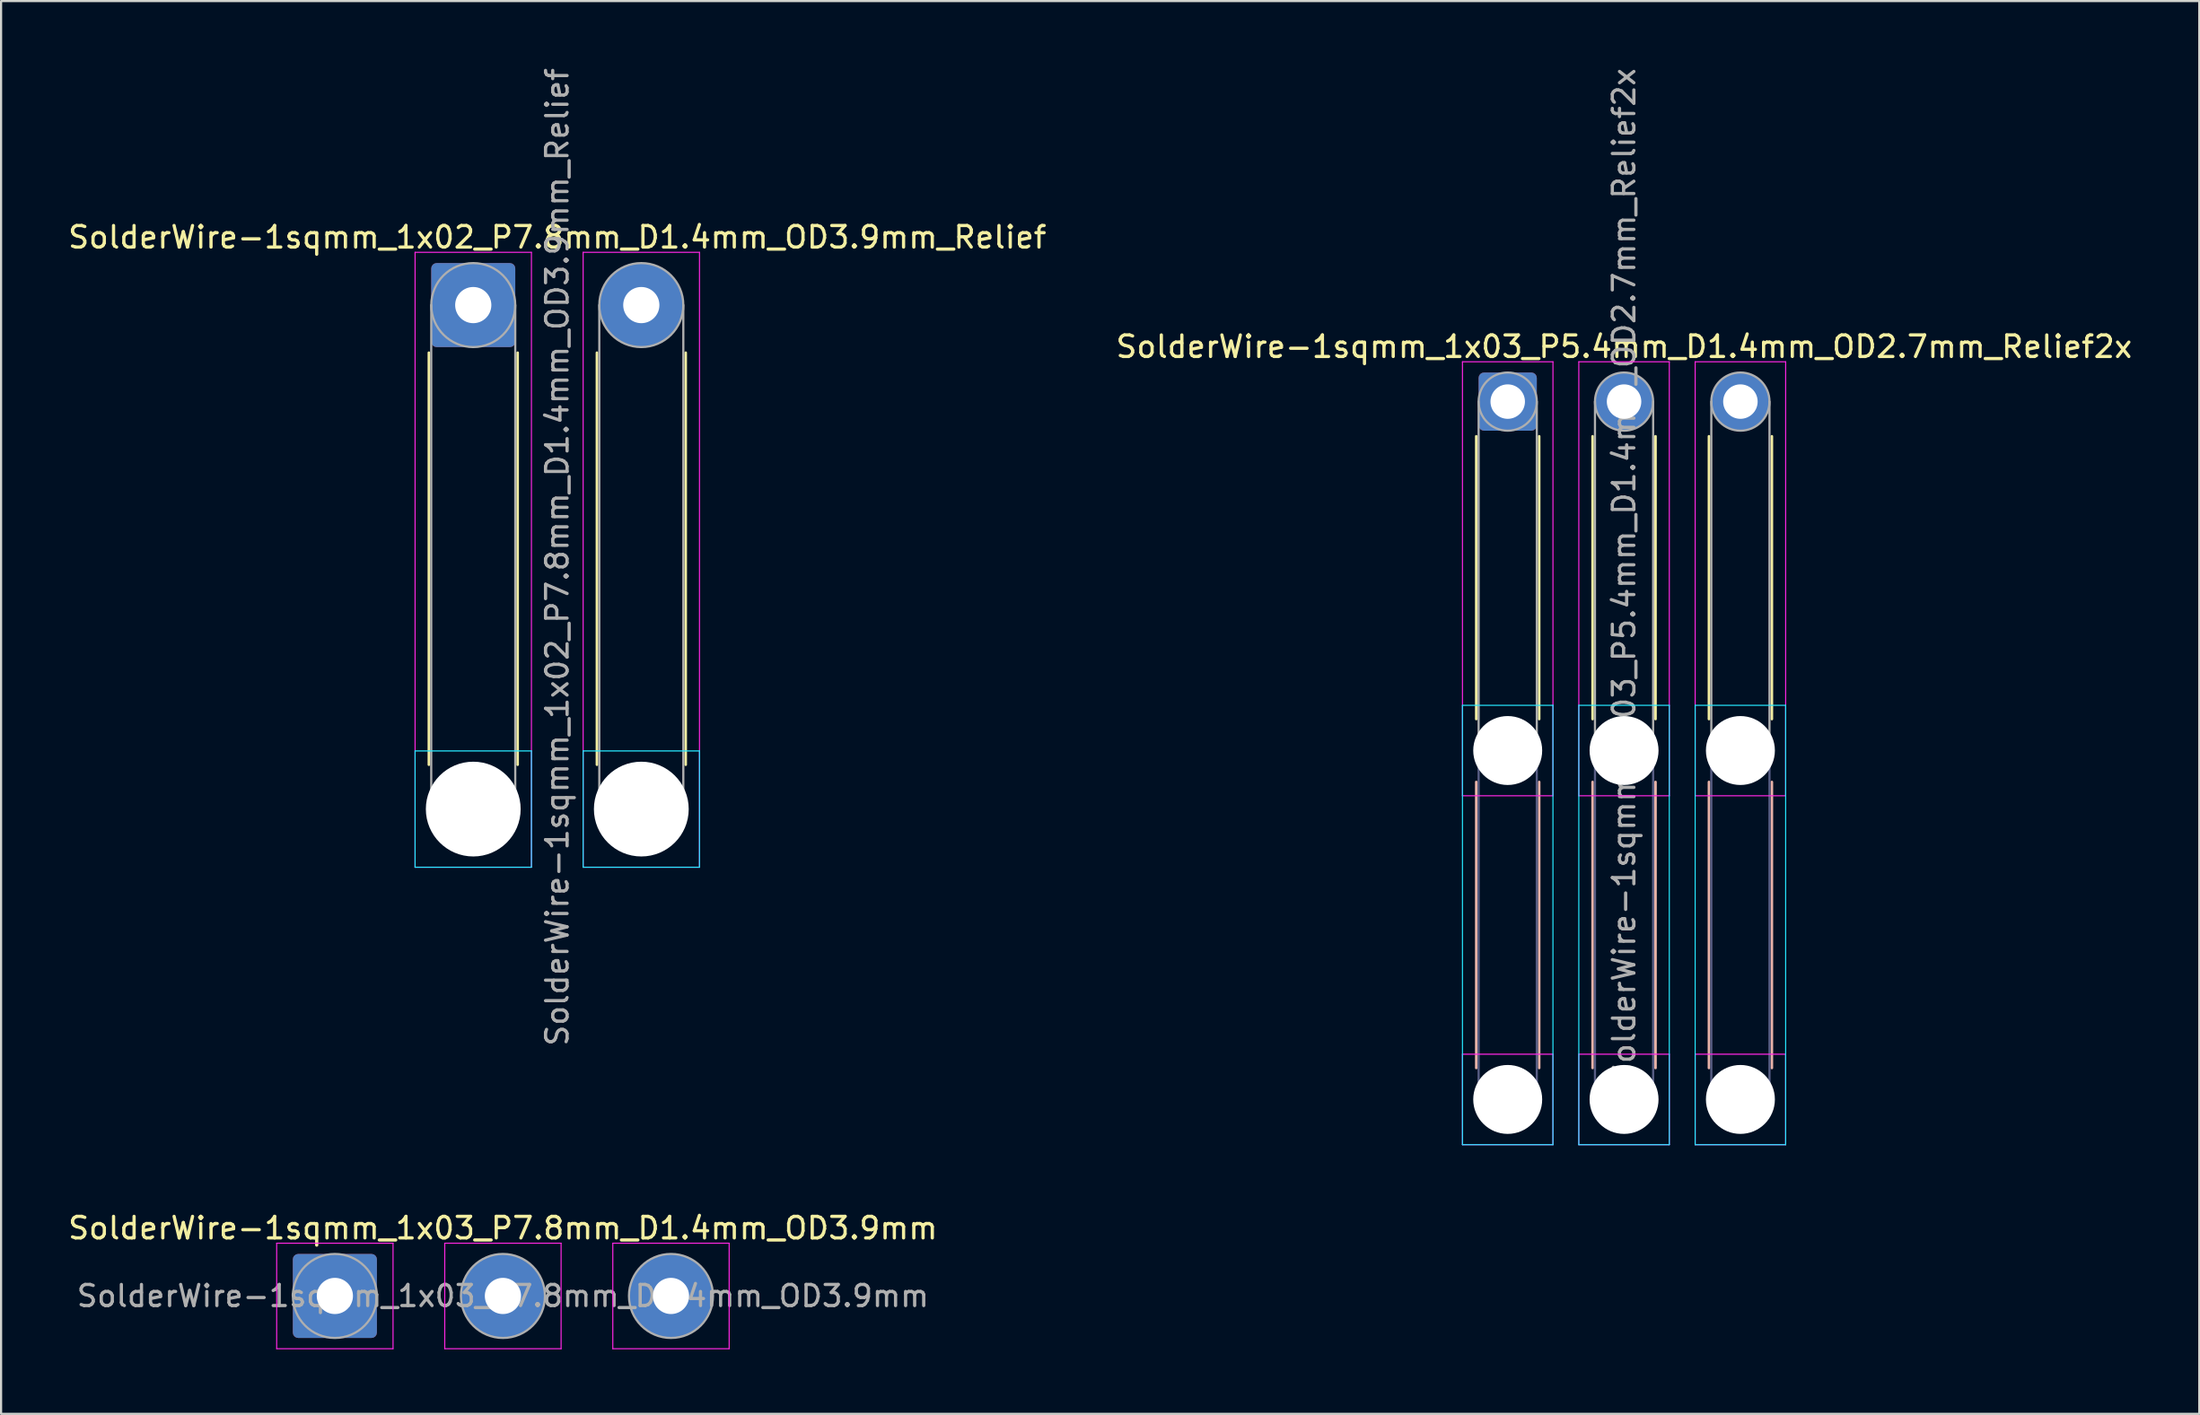
<source format=kicad_pcb>
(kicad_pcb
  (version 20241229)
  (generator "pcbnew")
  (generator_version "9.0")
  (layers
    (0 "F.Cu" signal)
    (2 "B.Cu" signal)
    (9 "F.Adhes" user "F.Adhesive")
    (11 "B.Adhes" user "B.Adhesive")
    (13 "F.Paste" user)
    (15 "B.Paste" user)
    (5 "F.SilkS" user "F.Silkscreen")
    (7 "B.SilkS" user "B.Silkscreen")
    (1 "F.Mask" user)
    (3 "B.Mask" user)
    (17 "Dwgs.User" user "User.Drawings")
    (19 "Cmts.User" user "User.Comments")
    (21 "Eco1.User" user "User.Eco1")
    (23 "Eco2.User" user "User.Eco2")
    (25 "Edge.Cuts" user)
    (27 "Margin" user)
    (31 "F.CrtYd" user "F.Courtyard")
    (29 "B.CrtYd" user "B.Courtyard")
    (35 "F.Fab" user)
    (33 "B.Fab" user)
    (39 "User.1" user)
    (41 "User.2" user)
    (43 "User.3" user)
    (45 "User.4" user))
  (footprint "SolderWire-1sqmm_1x03_P5.4mm_D1.4mm_OD2.7mm_Relief2x"
    (layer "F.Cu")
    (at 66.927 15.596)
    (property "Reference" "SolderWire-1sqmm_1x03_P5.4mm_D1.4mm_OD2.7mm_Relief2x" (at 5.4 -2.55 0) (layer "F.SilkS") (effects (font (size 1 1) (thickness 0.15))))
    (attr exclude_from_pos_files exclude_from_bom)
    (fp_line (start -1.46 1.61) (end -1.46 14.74) (stroke (width 0.12) (type solid)) (layer "F.SilkS"))
    (fp_line (start 1.46 1.61) (end 1.46 14.74) (stroke (width 0.12) (type solid)) (layer "F.SilkS"))
    (fp_line (start 3.94 1.61) (end 3.94 14.74) (stroke (width 0.12) (type solid)) (layer "F.SilkS"))
    (fp_line (start 6.86 1.61) (end 6.86 14.74) (stroke (width 0.12) (type solid)) (layer "F.SilkS"))
    (fp_line (start 9.34 1.61) (end 9.34 14.74) (stroke (width 0.12) (type solid)) (layer "F.SilkS"))
    (fp_line (start 12.26 1.61) (end 12.26 14.74) (stroke (width 0.12) (type solid)) (layer "F.SilkS"))
    (fp_line (start -1.46 17.66) (end -1.46 30.94) (stroke (width 0.12) (type solid)) (layer "B.SilkS"))
    (fp_line (start 1.46 17.66) (end 1.46 30.94) (stroke (width 0.12) (type solid)) (layer "B.SilkS"))
    (fp_line (start 3.94 17.66) (end 3.94 30.94) (stroke (width 0.12) (type solid)) (layer "B.SilkS"))
    (fp_line (start 6.86 17.66) (end 6.86 30.94) (stroke (width 0.12) (type solid)) (layer "B.SilkS"))
    (fp_line (start 9.34 17.66) (end 9.34 30.94) (stroke (width 0.12) (type solid)) (layer "B.SilkS"))
    (fp_line (start 12.26 17.66) (end 12.26 30.94) (stroke (width 0.12) (type solid)) (layer "B.SilkS"))
    (fp_line (start -2.1 14.1) (end -2.1 34.5) (stroke (width 0.05) (type solid)) (layer "B.CrtYd"))
    (fp_line (start -2.1 34.5) (end 2.1 34.5) (stroke (width 0.05) (type solid)) (layer "B.CrtYd"))
    (fp_line (start 2.1 14.1) (end -2.1 14.1) (stroke (width 0.05) (type solid)) (layer "B.CrtYd"))
    (fp_line (start 2.1 34.5) (end 2.1 14.1) (stroke (width 0.05) (type solid)) (layer "B.CrtYd"))
    (fp_line (start 3.3 14.1) (end 3.3 34.5) (stroke (width 0.05) (type solid)) (layer "B.CrtYd"))
    (fp_line (start 3.3 34.5) (end 7.5 34.5) (stroke (width 0.05) (type solid)) (layer "B.CrtYd"))
    (fp_line (start 7.5 14.1) (end 3.3 14.1) (stroke (width 0.05) (type solid)) (layer "B.CrtYd"))
    (fp_line (start 7.5 34.5) (end 7.5 14.1) (stroke (width 0.05) (type solid)) (layer "B.CrtYd"))
    (fp_line (start 8.7 14.1) (end 8.7 34.5) (stroke (width 0.05) (type solid)) (layer "B.CrtYd"))
    (fp_line (start 8.7 34.5) (end 12.9 34.5) (stroke (width 0.05) (type solid)) (layer "B.CrtYd"))
    (fp_line (start 12.9 14.1) (end 8.7 14.1) (stroke (width 0.05) (type solid)) (layer "B.CrtYd"))
    (fp_line (start 12.9 34.5) (end 12.9 14.1) (stroke (width 0.05) (type solid)) (layer "B.CrtYd"))
    (fp_line (start -2.1 -1.85) (end -2.1 18.3) (stroke (width 0.05) (type solid)) (layer "F.CrtYd"))
    (fp_line (start -2.1 18.3) (end 2.1 18.3) (stroke (width 0.05) (type solid)) (layer "F.CrtYd"))
    (fp_line (start -2.1 30.3) (end -2.1 34.5) (stroke (width 0.05) (type solid)) (layer "F.CrtYd"))
    (fp_line (start -2.1 34.5) (end 2.1 34.5) (stroke (width 0.05) (type solid)) (layer "F.CrtYd"))
    (fp_line (start 2.1 -1.85) (end -2.1 -1.85) (stroke (width 0.05) (type solid)) (layer "F.CrtYd"))
    (fp_line (start 2.1 18.3) (end 2.1 -1.85) (stroke (width 0.05) (type solid)) (layer "F.CrtYd"))
    (fp_line (start 2.1 30.3) (end -2.1 30.3) (stroke (width 0.05) (type solid)) (layer "F.CrtYd"))
    (fp_line (start 2.1 34.5) (end 2.1 30.3) (stroke (width 0.05) (type solid)) (layer "F.CrtYd"))
    (fp_line (start 3.3 -1.85) (end 3.3 18.3) (stroke (width 0.05) (type solid)) (layer "F.CrtYd"))
    (fp_line (start 3.3 18.3) (end 7.5 18.3) (stroke (width 0.05) (type solid)) (layer "F.CrtYd"))
    (fp_line (start 3.3 30.3) (end 3.3 34.5) (stroke (width 0.05) (type solid)) (layer "F.CrtYd"))
    (fp_line (start 3.3 34.5) (end 7.5 34.5) (stroke (width 0.05) (type solid)) (layer "F.CrtYd"))
    (fp_line (start 7.5 -1.85) (end 3.3 -1.85) (stroke (width 0.05) (type solid)) (layer "F.CrtYd"))
    (fp_line (start 7.5 18.3) (end 7.5 -1.85) (stroke (width 0.05) (type solid)) (layer "F.CrtYd"))
    (fp_line (start 7.5 30.3) (end 3.3 30.3) (stroke (width 0.05) (type solid)) (layer "F.CrtYd"))
    (fp_line (start 7.5 34.5) (end 7.5 30.3) (stroke (width 0.05) (type solid)) (layer "F.CrtYd"))
    (fp_line (start 8.7 -1.85) (end 8.7 18.3) (stroke (width 0.05) (type solid)) (layer "F.CrtYd"))
    (fp_line (start 8.7 18.3) (end 12.9 18.3) (stroke (width 0.05) (type solid)) (layer "F.CrtYd"))
    (fp_line (start 8.7 30.3) (end 8.7 34.5) (stroke (width 0.05) (type solid)) (layer "F.CrtYd"))
    (fp_line (start 8.7 34.5) (end 12.9 34.5) (stroke (width 0.05) (type solid)) (layer "F.CrtYd"))
    (fp_line (start 12.9 -1.85) (end 8.7 -1.85) (stroke (width 0.05) (type solid)) (layer "F.CrtYd"))
    (fp_line (start 12.9 18.3) (end 12.9 -1.85) (stroke (width 0.05) (type solid)) (layer "F.CrtYd"))
    (fp_line (start 12.9 30.3) (end 8.7 30.3) (stroke (width 0.05) (type solid)) (layer "F.CrtYd"))
    (fp_line (start 12.9 34.5) (end 12.9 30.3) (stroke (width 0.05) (type solid)) (layer "F.CrtYd"))
    (fp_line (start -1.35 16.2) (end -1.35 32.4) (stroke (width 0.1) (type solid)) (layer "B.Fab"))
    (fp_line (start 1.35 16.2) (end 1.35 32.4) (stroke (width 0.1) (type solid)) (layer "B.Fab"))
    (fp_line (start 4.05 16.2) (end 4.05 32.4) (stroke (width 0.1) (type solid)) (layer "B.Fab"))
    (fp_line (start 6.75 16.2) (end 6.75 32.4) (stroke (width 0.1) (type solid)) (layer "B.Fab"))
    (fp_line (start 9.45 16.2) (end 9.45 32.4) (stroke (width 0.1) (type solid)) (layer "B.Fab"))
    (fp_line (start 12.15 16.2) (end 12.15 32.4) (stroke (width 0.1) (type solid)) (layer "B.Fab"))
    (fp_circle (center 0 16.2) (end 1.35 16.2) (stroke (width 0.1) (type solid)) (fill no) (layer "B.Fab"))
    (fp_circle (center 0 32.4) (end 1.35 32.4) (stroke (width 0.1) (type solid)) (fill no) (layer "B.Fab"))
    (fp_circle (center 5.4 16.2) (end 6.75 16.2) (stroke (width 0.1) (type solid)) (fill no) (layer "B.Fab"))
    (fp_circle (center 5.4 32.4) (end 6.75 32.4) (stroke (width 0.1) (type solid)) (fill no) (layer "B.Fab"))
    (fp_circle (center 10.8 16.2) (end 12.15 16.2) (stroke (width 0.1) (type solid)) (fill no) (layer "B.Fab"))
    (fp_circle (center 10.8 32.4) (end 12.15 32.4) (stroke (width 0.1) (type solid)) (fill no) (layer "B.Fab"))
    (fp_line (start -1.35 0) (end -1.35 16.2) (stroke (width 0.1) (type solid)) (layer "F.Fab"))
    (fp_line (start 1.35 0) (end 1.35 16.2) (stroke (width 0.1) (type solid)) (layer "F.Fab"))
    (fp_line (start 4.05 0) (end 4.05 16.2) (stroke (width 0.1) (type solid)) (layer "F.Fab"))
    (fp_line (start 6.75 0) (end 6.75 16.2) (stroke (width 0.1) (type solid)) (layer "F.Fab"))
    (fp_line (start 9.45 0) (end 9.45 16.2) (stroke (width 0.1) (type solid)) (layer "F.Fab"))
    (fp_line (start 12.15 0) (end 12.15 16.2) (stroke (width 0.1) (type solid)) (layer "F.Fab"))
    (fp_circle (center 0 0) (end 1.35 0) (stroke (width 0.1) (type solid)) (fill no) (layer "F.Fab"))
    (fp_circle (center 0 16.2) (end 1.35 16.2) (stroke (width 0.1) (type solid)) (fill no) (layer "F.Fab"))
    (fp_circle (center 0 32.4) (end 1.35 32.4) (stroke (width 0.1) (type solid)) (fill no) (layer "F.Fab"))
    (fp_circle (center 5.4 0) (end 6.75 0) (stroke (width 0.1) (type solid)) (fill no) (layer "F.Fab"))
    (fp_circle (center 5.4 16.2) (end 6.75 16.2) (stroke (width 0.1) (type solid)) (fill no) (layer "F.Fab"))
    (fp_circle (center 5.4 32.4) (end 6.75 32.4) (stroke (width 0.1) (type solid)) (fill no) (layer "F.Fab"))
    (fp_circle (center 10.8 0) (end 12.15 0) (stroke (width 0.1) (type solid)) (fill no) (layer "F.Fab"))
    (fp_circle (center 10.8 16.2) (end 12.15 16.2) (stroke (width 0.1) (type solid)) (fill no) (layer "F.Fab"))
    (fp_circle (center 10.8 32.4) (end 12.15 32.4) (stroke (width 0.1) (type solid)) (fill no) (layer "F.Fab"))
    (fp_text user "${REFERENCE}" (at 5.4 8.1 90) (layer "F.Fab") (effects (font (size 1 1) (thickness 0.15))))
    (pad "" np_thru_hole circle (at 0 16.2) (size 3.2 3.2) (drill 3.2) (layers "*.Cu" "*.Mask"))
    (pad "" np_thru_hole circle (at 0 32.4) (size 3.2 3.2) (drill 3.2) (layers "*.Cu" "*.Mask"))
    (pad "" np_thru_hole circle (at 5.4 16.2) (size 3.2 3.2) (drill 3.2) (layers "*.Cu" "*.Mask"))
    (pad "" np_thru_hole circle (at 5.4 32.4) (size 3.2 3.2) (drill 3.2) (layers "*.Cu" "*.Mask"))
    (pad "" np_thru_hole circle (at 10.8 16.2) (size 3.2 3.2) (drill 3.2) (layers "*.Cu" "*.Mask"))
    (pad "" np_thru_hole circle (at 10.8 32.4) (size 3.2 3.2) (drill 3.2) (layers "*.Cu" "*.Mask"))
    (pad "1" thru_hole roundrect (at 0 0) (size 2.7 2.7) (drill 1.6) (layers "*.Cu" "*.Mask") (roundrect_rratio 0.093))
    (pad "2" thru_hole circle (at 5.4 0) (size 2.7 2.7) (drill 1.6) (layers "*.Cu" "*.Mask"))
    (pad "3" thru_hole circle (at 10.8 0) (size 2.7 2.7) (drill 1.6) (layers "*.Cu" "*.Mask")))
  (footprint "SolderWire-1sqmm_1x02_P7.8mm_D1.4mm_OD3.9mm_Relief"
    (layer "F.Cu")
    (at 18.915 11.115)
    (property "Reference" "SolderWire-1sqmm_1x02_P7.8mm_D1.4mm_OD3.9mm_Relief" (at 3.9 -3.15 0) (layer "F.SilkS") (effects (font (size 1 1) (thickness 0.15))))
    (attr exclude_from_pos_files exclude_from_bom)
    (fp_line (start -2.06 2.21) (end -2.06 21.34) (stroke (width 0.12) (type solid)) (layer "F.SilkS"))
    (fp_line (start 2.06 2.21) (end 2.06 21.34) (stroke (width 0.12) (type solid)) (layer "F.SilkS"))
    (fp_line (start 5.74 2.21) (end 5.74 21.34) (stroke (width 0.12) (type solid)) (layer "F.SilkS"))
    (fp_line (start 9.86 2.21) (end 9.86 21.34) (stroke (width 0.12) (type solid)) (layer "F.SilkS"))
    (fp_line (start -2.7 20.7) (end -2.7 26.1) (stroke (width 0.05) (type solid)) (layer "B.CrtYd"))
    (fp_line (start -2.7 26.1) (end 2.7 26.1) (stroke (width 0.05) (type solid)) (layer "B.CrtYd"))
    (fp_line (start 2.7 20.7) (end -2.7 20.7) (stroke (width 0.05) (type solid)) (layer "B.CrtYd"))
    (fp_line (start 2.7 26.1) (end 2.7 20.7) (stroke (width 0.05) (type solid)) (layer "B.CrtYd"))
    (fp_line (start 5.1 20.7) (end 5.1 26.1) (stroke (width 0.05) (type solid)) (layer "B.CrtYd"))
    (fp_line (start 5.1 26.1) (end 10.5 26.1) (stroke (width 0.05) (type solid)) (layer "B.CrtYd"))
    (fp_line (start 10.5 20.7) (end 5.1 20.7) (stroke (width 0.05) (type solid)) (layer "B.CrtYd"))
    (fp_line (start 10.5 26.1) (end 10.5 20.7) (stroke (width 0.05) (type solid)) (layer "B.CrtYd"))
    (fp_line (start -2.7 -2.45) (end -2.7 26.1) (stroke (width 0.05) (type solid)) (layer "F.CrtYd"))
    (fp_line (start -2.7 26.1) (end 2.7 26.1) (stroke (width 0.05) (type solid)) (layer "F.CrtYd"))
    (fp_line (start 2.7 -2.45) (end -2.7 -2.45) (stroke (width 0.05) (type solid)) (layer "F.CrtYd"))
    (fp_line (start 2.7 26.1) (end 2.7 -2.45) (stroke (width 0.05) (type solid)) (layer "F.CrtYd"))
    (fp_line (start 5.1 -2.45) (end 5.1 26.1) (stroke (width 0.05) (type solid)) (layer "F.CrtYd"))
    (fp_line (start 5.1 26.1) (end 10.5 26.1) (stroke (width 0.05) (type solid)) (layer "F.CrtYd"))
    (fp_line (start 10.5 -2.45) (end 5.1 -2.45) (stroke (width 0.05) (type solid)) (layer "F.CrtYd"))
    (fp_line (start 10.5 26.1) (end 10.5 -2.45) (stroke (width 0.05) (type solid)) (layer "F.CrtYd"))
    (fp_line (start -1.95 0) (end -1.95 23.4) (stroke (width 0.1) (type solid)) (layer "F.Fab"))
    (fp_line (start 1.95 0) (end 1.95 23.4) (stroke (width 0.1) (type solid)) (layer "F.Fab"))
    (fp_line (start 5.85 0) (end 5.85 23.4) (stroke (width 0.1) (type solid)) (layer "F.Fab"))
    (fp_line (start 9.75 0) (end 9.75 23.4) (stroke (width 0.1) (type solid)) (layer "F.Fab"))
    (fp_circle (center 0 0) (end 1.95 0) (stroke (width 0.1) (type solid)) (fill no) (layer "F.Fab"))
    (fp_circle (center 0 23.4) (end 1.95 23.4) (stroke (width 0.1) (type solid)) (fill no) (layer "F.Fab"))
    (fp_circle (center 7.8 0) (end 9.75 0) (stroke (width 0.1) (type solid)) (fill no) (layer "F.Fab"))
    (fp_circle (center 7.8 23.4) (end 9.75 23.4) (stroke (width 0.1) (type solid)) (fill no) (layer "F.Fab"))
    (fp_text user "${REFERENCE}" (at 3.9 11.7 90) (layer "F.Fab") (effects (font (size 1 1) (thickness 0.15))))
    (pad "" np_thru_hole circle (at 0 23.4) (size 4.4 4.4) (drill 4.4) (layers "*.Cu" "*.Mask"))
    (pad "" np_thru_hole circle (at 7.8 23.4) (size 4.4 4.4) (drill 4.4) (layers "*.Cu" "*.Mask"))
    (pad "1" thru_hole roundrect (at 0 0) (size 3.9 3.9) (drill 1.68) (layers "*.Cu" "*.Mask") (roundrect_rratio 0.064))
    (pad "2" thru_hole circle (at 7.8 0) (size 3.9 3.9) (drill 1.68) (layers "*.Cu" "*.Mask")))
  (footprint "SolderWire-1sqmm_1x03_P7.8mm_D1.4mm_OD3.9mm"
    (layer "F.Cu")
    (at 12.492 57.12)
    (property "Reference" "SolderWire-1sqmm_1x03_P7.8mm_D1.4mm_OD3.9mm" (at 7.8 -3.15 0) (layer "F.SilkS") (effects (font (size 1 1) (thickness 0.15))))
    (attr exclude_from_pos_files exclude_from_bom)
    (fp_line (start -2.7 -2.45) (end -2.7 2.45) (stroke (width 0.05) (type solid)) (layer "F.CrtYd"))
    (fp_line (start -2.7 2.45) (end 2.7 2.45) (stroke (width 0.05) (type solid)) (layer "F.CrtYd"))
    (fp_line (start 2.7 -2.45) (end -2.7 -2.45) (stroke (width 0.05) (type solid)) (layer "F.CrtYd"))
    (fp_line (start 2.7 2.45) (end 2.7 -2.45) (stroke (width 0.05) (type solid)) (layer "F.CrtYd"))
    (fp_line (start 5.1 -2.45) (end 5.1 2.45) (stroke (width 0.05) (type solid)) (layer "F.CrtYd"))
    (fp_line (start 5.1 2.45) (end 10.5 2.45) (stroke (width 0.05) (type solid)) (layer "F.CrtYd"))
    (fp_line (start 10.5 -2.45) (end 5.1 -2.45) (stroke (width 0.05) (type solid)) (layer "F.CrtYd"))
    (fp_line (start 10.5 2.45) (end 10.5 -2.45) (stroke (width 0.05) (type solid)) (layer "F.CrtYd"))
    (fp_line (start 12.9 -2.45) (end 12.9 2.45) (stroke (width 0.05) (type solid)) (layer "F.CrtYd"))
    (fp_line (start 12.9 2.45) (end 18.3 2.45) (stroke (width 0.05) (type solid)) (layer "F.CrtYd"))
    (fp_line (start 18.3 -2.45) (end 12.9 -2.45) (stroke (width 0.05) (type solid)) (layer "F.CrtYd"))
    (fp_line (start 18.3 2.45) (end 18.3 -2.45) (stroke (width 0.05) (type solid)) (layer "F.CrtYd"))
    (fp_circle (center 0 0) (end 1.95 0) (stroke (width 0.1) (type solid)) (fill no) (layer "F.Fab"))
    (fp_circle (center 7.8 0) (end 9.75 0) (stroke (width 0.1) (type solid)) (fill no) (layer "F.Fab"))
    (fp_circle (center 15.6 0) (end 17.55 0) (stroke (width 0.1) (type solid)) (fill no) (layer "F.Fab"))
    (fp_text user "${REFERENCE}" (at 7.8 0 0) (layer "F.Fab") (effects (font (size 0.98 0.98) (thickness 0.15))))
    (pad "1" thru_hole roundrect (at 0 0) (size 3.9 3.9) (drill 1.68) (layers "*.Cu" "*.Mask") (roundrect_rratio 0.064))
    (pad "2" thru_hole circle (at 7.8 0) (size 3.9 3.9) (drill 1.68) (layers "*.Cu" "*.Mask"))
    (pad "3" thru_hole circle (at 15.6 0) (size 3.9 3.9) (drill 1.68) (layers "*.Cu" "*.Mask")))
  (gr_rect
    (start -3 -3)
    (end 99.024 62.595)
    (stroke (width 0.1) (type default))
    (fill no)
    (layer "Edge.Cuts")))
</source>
